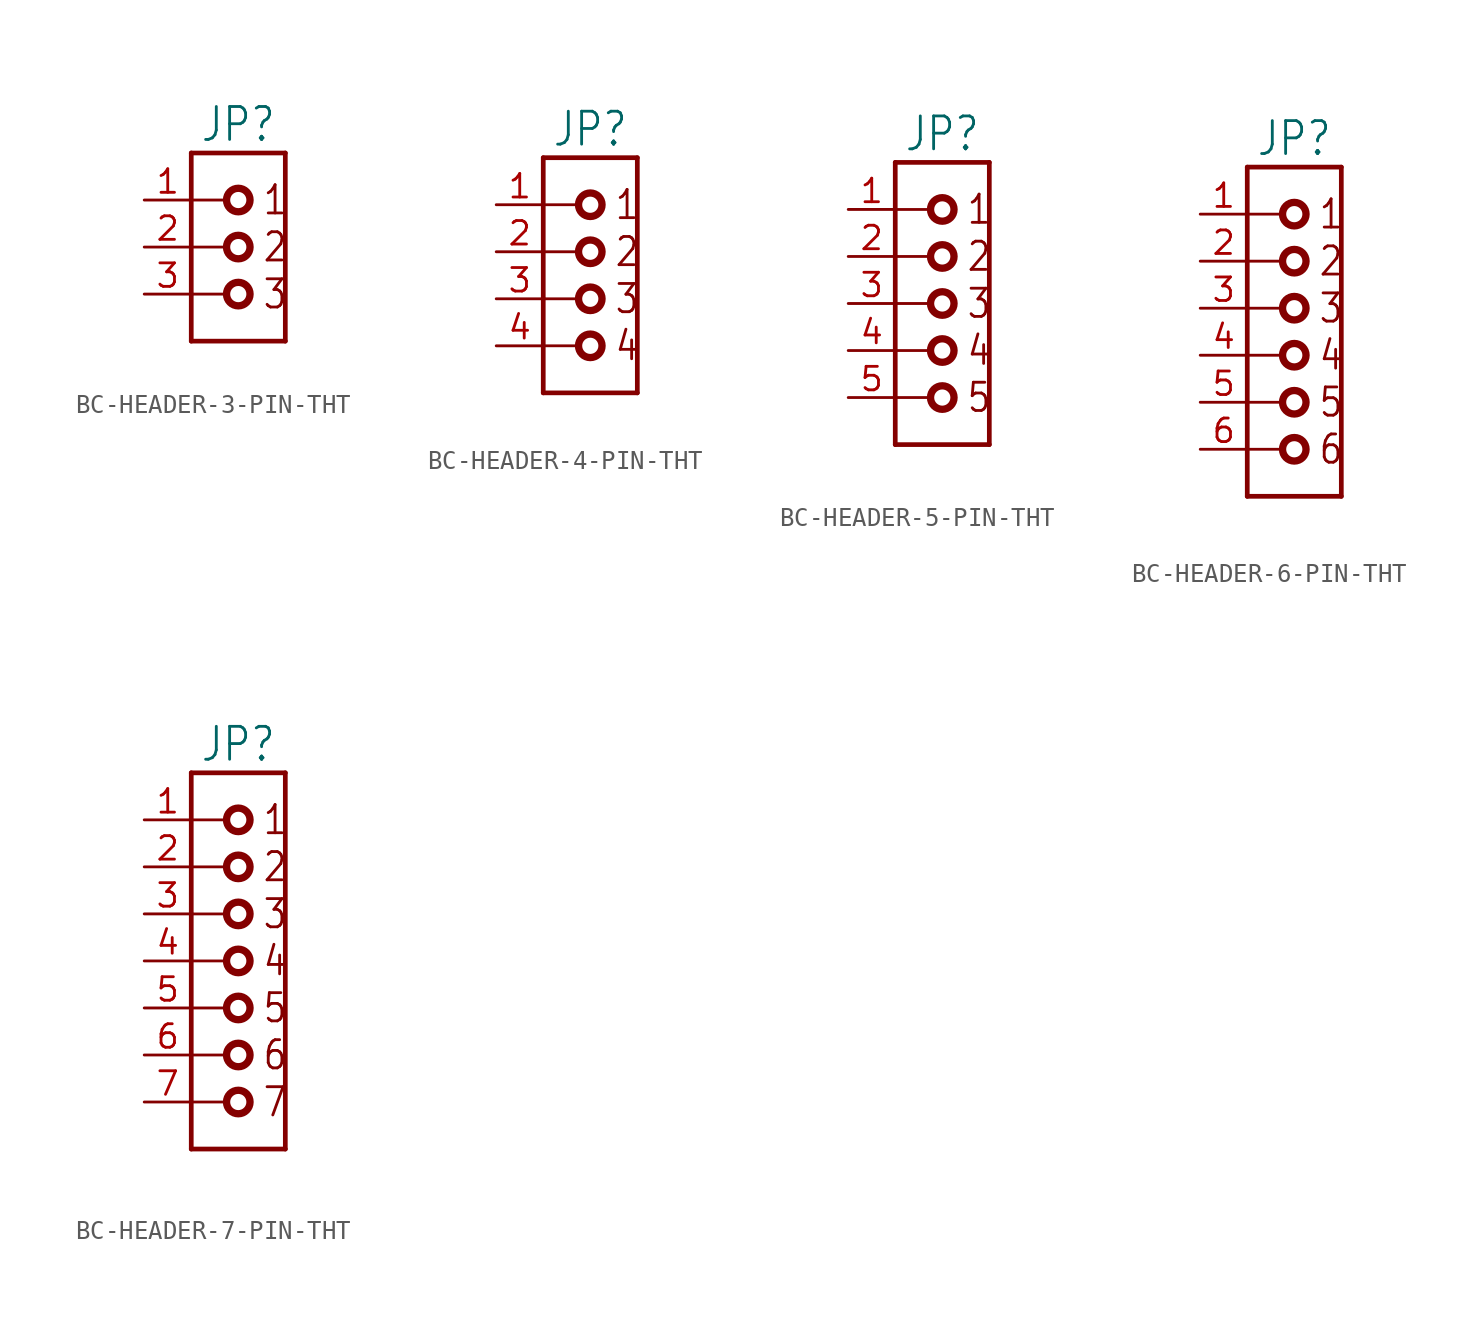
<source format=kicad_sym>
(kicad_symbol_lib
  (version 20231120)
  (generator "kicad_symbol_editor")
  (generator_version "8.0")
  (symbol "BC-HEADER-3-PIN-THT"
    (property "Reference" "JP"
      (at 0 5.588 0)
      (effects (font (size 1.778 1.511)) (justify bottom)))
    (property "Value" ""
      (at 0 -5.588 0)
      (effects (font (size 1.778 1.511)) (justify top)))
    (property "ki_locked" ""
      (at 0 0 0)
      (effects (font (size 1.27 1.27))))
    (symbol "BC-HEADER-3-PIN-THT_1_0"
      (circle (center 0 -2.54) (radius 0.635) (stroke (width 0.396) (type solid)) (fill (type none)))
      (polyline (pts (xy -2.54 -5.08) (xy 2.54 -5.08)) (stroke (width 0.254) (type solid)) (fill (type none)))
      (polyline (pts (xy -2.54 -2.54) (xy -2.54 -5.08)) (stroke (width 0.254) (type solid)) (fill (type none)))
      (polyline (pts (xy -2.54 -2.54) (xy -0.635 -2.54)) (stroke (width 0.152) (type solid)) (fill (type none)))
      (polyline (pts (xy -2.54 0) (xy -0.635 0)) (stroke (width 0.152) (type solid)) (fill (type none)))
      (polyline (pts (xy -2.54 2.54) (xy -0.635 2.54)) (stroke (width 0.152) (type solid)) (fill (type none)))
      (polyline (pts (xy -2.54 5.08) (xy -2.54 -2.54)) (stroke (width 0.254) (type solid)) (fill (type none)))
      (polyline (pts (xy 2.54 -5.08) (xy 2.54 5.08)) (stroke (width 0.254) (type solid)) (fill (type none)))
      (polyline (pts (xy 2.54 5.08) (xy -2.54 5.08)) (stroke (width 0.254) (type solid)) (fill (type none)))
      (circle (center 0 0) (radius 0.635) (stroke (width 0.396) (type solid)) (fill (type none)))
      (circle (center 0 2.54) (radius 0.635) (stroke (width 0.396) (type solid)) (fill (type none)))
      (text "1" (at 1.27 2.54 0) (effects (font (size 1.524 1.295)) (justify left)))
      (text "2" (at 1.27 0 0) (effects (font (size 1.524 1.295)) (justify left)))
      (text "3" (at 1.27 -2.54 0) (effects (font (size 1.524 1.295)) (justify left)))
      (pin passive line (at -5.08 2.54 0) (length 2.54) (name "1" (effects (font (size 0 0)))) (number "1" (effects (font (size 1.27 1.27)))))
      (pin passive line (at -5.08 0 0) (length 2.54) (name "2" (effects (font (size 0 0)))) (number "2" (effects (font (size 1.27 1.27)))))
      (pin passive line (at -5.08 -2.54 0) (length 2.54) (name "3" (effects (font (size 0 0)))) (number "3" (effects (font (size 1.27 1.27)))))))
  (symbol "BC-HEADER-4-PIN-THT"
    (property "Reference" "JP"
      (at 0 8.128 0)
      (effects (font (size 1.778 1.511)) (justify bottom)))
    (property "Value" ""
      (at 0 -5.588 0)
      (effects (font (size 1.778 1.511)) (justify top)))
    (property "ki_locked" ""
      (at 0 0 0)
      (effects (font (size 1.27 1.27))))
    (symbol "BC-HEADER-4-PIN-THT_1_0"
      (circle (center 0 -2.54) (radius 0.635) (stroke (width 0.396) (type solid)) (fill (type none)))
      (polyline (pts (xy -2.54 -5.08) (xy 2.54 -5.08)) (stroke (width 0.254) (type solid)) (fill (type none)))
      (polyline (pts (xy -2.54 -2.54) (xy -0.635 -2.54)) (stroke (width 0.152) (type solid)) (fill (type none)))
      (polyline (pts (xy -2.54 0) (xy -2.54 -5.08)) (stroke (width 0.254) (type solid)) (fill (type none)))
      (polyline (pts (xy -2.54 0) (xy -0.635 0)) (stroke (width 0.152) (type solid)) (fill (type none)))
      (polyline (pts (xy -2.54 2.54) (xy -0.635 2.54)) (stroke (width 0.152) (type solid)) (fill (type none)))
      (polyline (pts (xy -2.54 5.08) (xy -0.635 5.08)) (stroke (width 0.152) (type solid)) (fill (type none)))
      (polyline (pts (xy -2.54 7.62) (xy -2.54 0)) (stroke (width 0.254) (type solid)) (fill (type none)))
      (polyline (pts (xy 2.54 -5.08) (xy 2.54 7.62)) (stroke (width 0.254) (type solid)) (fill (type none)))
      (polyline (pts (xy 2.54 7.62) (xy -2.54 7.62)) (stroke (width 0.254) (type solid)) (fill (type none)))
      (circle (center 0 0) (radius 0.635) (stroke (width 0.396) (type solid)) (fill (type none)))
      (circle (center 0 2.54) (radius 0.635) (stroke (width 0.396) (type solid)) (fill (type none)))
      (circle (center 0 5.08) (radius 0.635) (stroke (width 0.396) (type solid)) (fill (type none)))
      (text "1" (at 1.27 5.08 0) (effects (font (size 1.524 1.295)) (justify left)))
      (text "2" (at 1.27 2.54 0) (effects (font (size 1.524 1.295)) (justify left)))
      (text "3" (at 1.27 0 0) (effects (font (size 1.524 1.295)) (justify left)))
      (text "4" (at 1.27 -2.54 0) (effects (font (size 1.524 1.295)) (justify left)))
      (pin passive line (at -5.08 5.08 0) (length 2.54) (name "1" (effects (font (size 0 0)))) (number "1" (effects (font (size 1.27 1.27)))))
      (pin passive line (at -5.08 2.54 0) (length 2.54) (name "2" (effects (font (size 0 0)))) (number "2" (effects (font (size 1.27 1.27)))))
      (pin passive line (at -5.08 0 0) (length 2.54) (name "3" (effects (font (size 0 0)))) (number "3" (effects (font (size 1.27 1.27)))))
      (pin passive line (at -5.08 -2.54 0) (length 2.54) (name "4" (effects (font (size 0 0)))) (number "4" (effects (font (size 1.27 1.27)))))))
  (symbol "BC-HEADER-5-PIN-THT"
    (property "Reference" "JP"
      (at 0 8.128 0)
      (effects (font (size 1.778 1.511)) (justify bottom)))
    (property "Value" ""
      (at 0 -8.128 0)
      (effects (font (size 1.778 1.511)) (justify top)))
    (property "ki_locked" ""
      (at 0 0 0)
      (effects (font (size 1.27 1.27))))
    (symbol "BC-HEADER-5-PIN-THT_1_0"
      (circle (center 0 -5.08) (radius 0.635) (stroke (width 0.396) (type solid)) (fill (type none)))
      (circle (center 0 -2.54) (radius 0.635) (stroke (width 0.396) (type solid)) (fill (type none)))
      (polyline (pts (xy -2.54 -7.62) (xy 2.54 -7.62)) (stroke (width 0.254) (type solid)) (fill (type none)))
      (polyline (pts (xy -2.54 -5.08) (xy -0.635 -5.08)) (stroke (width 0.152) (type solid)) (fill (type none)))
      (polyline (pts (xy -2.54 -2.54) (xy -0.635 -2.54)) (stroke (width 0.152) (type solid)) (fill (type none)))
      (polyline (pts (xy -2.54 0) (xy -2.54 -7.62)) (stroke (width 0.254) (type solid)) (fill (type none)))
      (polyline (pts (xy -2.54 0) (xy -0.635 0)) (stroke (width 0.152) (type solid)) (fill (type none)))
      (polyline (pts (xy -2.54 2.54) (xy -0.635 2.54)) (stroke (width 0.152) (type solid)) (fill (type none)))
      (polyline (pts (xy -2.54 5.08) (xy -0.635 5.08)) (stroke (width 0.152) (type solid)) (fill (type none)))
      (polyline (pts (xy -2.54 7.62) (xy -2.54 0)) (stroke (width 0.254) (type solid)) (fill (type none)))
      (polyline (pts (xy 2.54 -7.62) (xy 2.54 7.62)) (stroke (width 0.254) (type solid)) (fill (type none)))
      (polyline (pts (xy 2.54 7.62) (xy -2.54 7.62)) (stroke (width 0.254) (type solid)) (fill (type none)))
      (circle (center 0 0) (radius 0.635) (stroke (width 0.396) (type solid)) (fill (type none)))
      (circle (center 0 2.54) (radius 0.635) (stroke (width 0.396) (type solid)) (fill (type none)))
      (circle (center 0 5.08) (radius 0.635) (stroke (width 0.396) (type solid)) (fill (type none)))
      (text "1" (at 1.27 5.08 0) (effects (font (size 1.524 1.295)) (justify left)))
      (text "2" (at 1.27 2.54 0) (effects (font (size 1.524 1.295)) (justify left)))
      (text "3" (at 1.27 0 0) (effects (font (size 1.524 1.295)) (justify left)))
      (text "4" (at 1.27 -2.54 0) (effects (font (size 1.524 1.295)) (justify left)))
      (text "5" (at 1.27 -5.08 0) (effects (font (size 1.524 1.295)) (justify left)))
      (pin passive line (at -5.08 5.08 0) (length 2.54) (name "1" (effects (font (size 0 0)))) (number "1" (effects (font (size 1.27 1.27)))))
      (pin passive line (at -5.08 2.54 0) (length 2.54) (name "2" (effects (font (size 0 0)))) (number "2" (effects (font (size 1.27 1.27)))))
      (pin passive line (at -5.08 0 0) (length 2.54) (name "3" (effects (font (size 0 0)))) (number "3" (effects (font (size 1.27 1.27)))))
      (pin passive line (at -5.08 -2.54 0) (length 2.54) (name "4" (effects (font (size 0 0)))) (number "4" (effects (font (size 1.27 1.27)))))
      (pin passive line (at -5.08 -5.08 0) (length 2.54) (name "5" (effects (font (size 0 0)))) (number "5" (effects (font (size 1.27 1.27)))))))
  (symbol "BC-HEADER-6-PIN-THT"
    (property "Reference" "JP"
      (at 0 10.668 0)
      (effects (font (size 1.778 1.511)) (justify bottom)))
    (property "Value" ""
      (at 0 -8.128 0)
      (effects (font (size 1.778 1.511)) (justify top)))
    (property "ki_locked" ""
      (at 0 0 0)
      (effects (font (size 1.27 1.27))))
    (symbol "BC-HEADER-6-PIN-THT_1_0"
      (circle (center 0 -5.08) (radius 0.635) (stroke (width 0.396) (type solid)) (fill (type none)))
      (circle (center 0 -2.54) (radius 0.635) (stroke (width 0.396) (type solid)) (fill (type none)))
      (polyline (pts (xy -2.54 -7.62) (xy 2.54 -7.62)) (stroke (width 0.254) (type solid)) (fill (type none)))
      (polyline (pts (xy -2.54 -5.08) (xy -0.635 -5.08)) (stroke (width 0.152) (type solid)) (fill (type none)))
      (polyline (pts (xy -2.54 -2.54) (xy -0.635 -2.54)) (stroke (width 0.152) (type solid)) (fill (type none)))
      (polyline (pts (xy -2.54 0) (xy -0.635 0)) (stroke (width 0.152) (type solid)) (fill (type none)))
      (polyline (pts (xy -2.54 2.54) (xy -2.54 -7.62)) (stroke (width 0.254) (type solid)) (fill (type none)))
      (polyline (pts (xy -2.54 2.54) (xy -0.635 2.54)) (stroke (width 0.152) (type solid)) (fill (type none)))
      (polyline (pts (xy -2.54 5.08) (xy -0.635 5.08)) (stroke (width 0.152) (type solid)) (fill (type none)))
      (polyline (pts (xy -2.54 7.62) (xy -0.635 7.62)) (stroke (width 0.152) (type solid)) (fill (type none)))
      (polyline (pts (xy -2.54 10.16) (xy -2.54 2.54)) (stroke (width 0.254) (type solid)) (fill (type none)))
      (polyline (pts (xy 2.54 -7.62) (xy 2.54 10.16)) (stroke (width 0.254) (type solid)) (fill (type none)))
      (polyline (pts (xy 2.54 10.16) (xy -2.54 10.16)) (stroke (width 0.254) (type solid)) (fill (type none)))
      (circle (center 0 0) (radius 0.635) (stroke (width 0.396) (type solid)) (fill (type none)))
      (circle (center 0 2.54) (radius 0.635) (stroke (width 0.396) (type solid)) (fill (type none)))
      (circle (center 0 5.08) (radius 0.635) (stroke (width 0.396) (type solid)) (fill (type none)))
      (circle (center 0 7.62) (radius 0.635) (stroke (width 0.396) (type solid)) (fill (type none)))
      (text "1" (at 1.27 7.62 0) (effects (font (size 1.524 1.295)) (justify left)))
      (text "2" (at 1.27 5.08 0) (effects (font (size 1.524 1.295)) (justify left)))
      (text "3" (at 1.27 2.54 0) (effects (font (size 1.524 1.295)) (justify left)))
      (text "4" (at 1.27 0 0) (effects (font (size 1.524 1.295)) (justify left)))
      (text "5" (at 1.27 -2.54 0) (effects (font (size 1.524 1.295)) (justify left)))
      (text "6" (at 1.27 -5.08 0) (effects (font (size 1.524 1.295)) (justify left)))
      (pin passive line (at -5.08 7.62 0) (length 2.54) (name "1" (effects (font (size 0 0)))) (number "1" (effects (font (size 1.27 1.27)))))
      (pin passive line (at -5.08 5.08 0) (length 2.54) (name "2" (effects (font (size 0 0)))) (number "2" (effects (font (size 1.27 1.27)))))
      (pin passive line (at -5.08 2.54 0) (length 2.54) (name "3" (effects (font (size 0 0)))) (number "3" (effects (font (size 1.27 1.27)))))
      (pin passive line (at -5.08 0 0) (length 2.54) (name "4" (effects (font (size 0 0)))) (number "4" (effects (font (size 1.27 1.27)))))
      (pin passive line (at -5.08 -2.54 0) (length 2.54) (name "5" (effects (font (size 0 0)))) (number "5" (effects (font (size 1.27 1.27)))))
      (pin passive line (at -5.08 -5.08 0) (length 2.54) (name "6" (effects (font (size 0 0)))) (number "6" (effects (font (size 1.27 1.27)))))))
  (symbol "BC-HEADER-7-PIN-THT"
    (property "Reference" "JP"
      (at 0 10.668 0)
      (effects (font (size 1.778 1.511)) (justify bottom)))
    (property "Value" ""
      (at 0 -10.668 0)
      (effects (font (size 1.778 1.511)) (justify top)))
    (property "ki_locked" ""
      (at 0 0 0)
      (effects (font (size 1.27 1.27))))
    (symbol "BC-HEADER-7-PIN-THT_1_0"
      (circle (center 0 -7.62) (radius 0.635) (stroke (width 0.396) (type solid)) (fill (type none)))
      (circle (center 0 -5.08) (radius 0.635) (stroke (width 0.396) (type solid)) (fill (type none)))
      (circle (center 0 -2.54) (radius 0.635) (stroke (width 0.396) (type solid)) (fill (type none)))
      (polyline (pts (xy -2.54 -10.16) (xy 2.54 -10.16)) (stroke (width 0.254) (type solid)) (fill (type none)))
      (polyline (pts (xy -2.54 -7.62) (xy -0.635 -7.62)) (stroke (width 0.152) (type solid)) (fill (type none)))
      (polyline (pts (xy -2.54 -5.08) (xy -0.635 -5.08)) (stroke (width 0.152) (type solid)) (fill (type none)))
      (polyline (pts (xy -2.54 -2.54) (xy -0.635 -2.54)) (stroke (width 0.152) (type solid)) (fill (type none)))
      (polyline (pts (xy -2.54 0) (xy -0.635 0)) (stroke (width 0.152) (type solid)) (fill (type none)))
      (polyline (pts (xy -2.54 2.54) (xy -2.54 -10.16)) (stroke (width 0.254) (type solid)) (fill (type none)))
      (polyline (pts (xy -2.54 2.54) (xy -0.635 2.54)) (stroke (width 0.152) (type solid)) (fill (type none)))
      (polyline (pts (xy -2.54 5.08) (xy -0.635 5.08)) (stroke (width 0.152) (type solid)) (fill (type none)))
      (polyline (pts (xy -2.54 7.62) (xy -0.635 7.62)) (stroke (width 0.152) (type solid)) (fill (type none)))
      (polyline (pts (xy -2.54 10.16) (xy -2.54 2.54)) (stroke (width 0.254) (type solid)) (fill (type none)))
      (polyline (pts (xy 2.54 -10.16) (xy 2.54 10.16)) (stroke (width 0.254) (type solid)) (fill (type none)))
      (polyline (pts (xy 2.54 10.16) (xy -2.54 10.16)) (stroke (width 0.254) (type solid)) (fill (type none)))
      (circle (center 0 0) (radius 0.635) (stroke (width 0.396) (type solid)) (fill (type none)))
      (circle (center 0 2.54) (radius 0.635) (stroke (width 0.396) (type solid)) (fill (type none)))
      (circle (center 0 5.08) (radius 0.635) (stroke (width 0.396) (type solid)) (fill (type none)))
      (circle (center 0 7.62) (radius 0.635) (stroke (width 0.396) (type solid)) (fill (type none)))
      (text "1" (at 1.27 7.62 0) (effects (font (size 1.524 1.295)) (justify left)))
      (text "2" (at 1.27 5.08 0) (effects (font (size 1.524 1.295)) (justify left)))
      (text "3" (at 1.27 2.54 0) (effects (font (size 1.524 1.295)) (justify left)))
      (text "4" (at 1.27 0 0) (effects (font (size 1.524 1.295)) (justify left)))
      (text "5" (at 1.27 -2.54 0) (effects (font (size 1.524 1.295)) (justify left)))
      (text "6" (at 1.27 -5.08 0) (effects (font (size 1.524 1.295)) (justify left)))
      (text "7" (at 1.27 -7.62 0) (effects (font (size 1.524 1.295)) (justify left)))
      (pin passive line (at -5.08 7.62 0) (length 2.54) (name "1" (effects (font (size 0 0)))) (number "1" (effects (font (size 1.27 1.27)))))
      (pin passive line (at -5.08 5.08 0) (length 2.54) (name "2" (effects (font (size 0 0)))) (number "2" (effects (font (size 1.27 1.27)))))
      (pin passive line (at -5.08 2.54 0) (length 2.54) (name "3" (effects (font (size 0 0)))) (number "3" (effects (font (size 1.27 1.27)))))
      (pin passive line (at -5.08 0 0) (length 2.54) (name "4" (effects (font (size 0 0)))) (number "4" (effects (font (size 1.27 1.27)))))
      (pin passive line (at -5.08 -2.54 0) (length 2.54) (name "5" (effects (font (size 0 0)))) (number "5" (effects (font (size 1.27 1.27)))))
      (pin passive line (at -5.08 -5.08 0) (length 2.54) (name "6" (effects (font (size 0 0)))) (number "6" (effects (font (size 1.27 1.27)))))
      (pin passive line (at -5.08 -7.62 0) (length 2.54) (name "7" (effects (font (size 0 0)))) (number "7" (effects (font (size 1.27 1.27))))))))
</source>
